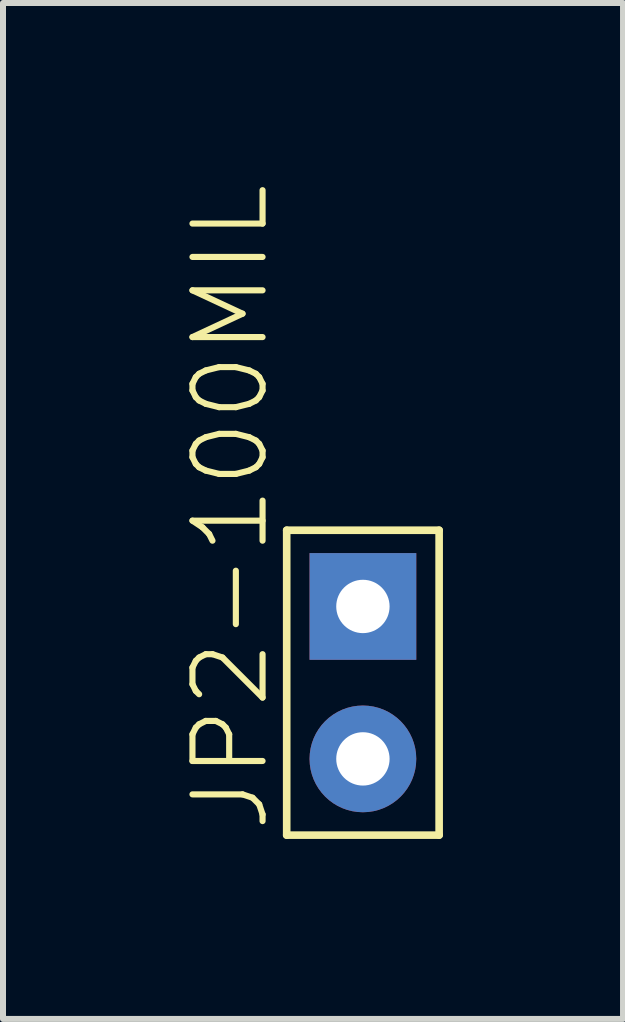
<source format=kicad_pcb>
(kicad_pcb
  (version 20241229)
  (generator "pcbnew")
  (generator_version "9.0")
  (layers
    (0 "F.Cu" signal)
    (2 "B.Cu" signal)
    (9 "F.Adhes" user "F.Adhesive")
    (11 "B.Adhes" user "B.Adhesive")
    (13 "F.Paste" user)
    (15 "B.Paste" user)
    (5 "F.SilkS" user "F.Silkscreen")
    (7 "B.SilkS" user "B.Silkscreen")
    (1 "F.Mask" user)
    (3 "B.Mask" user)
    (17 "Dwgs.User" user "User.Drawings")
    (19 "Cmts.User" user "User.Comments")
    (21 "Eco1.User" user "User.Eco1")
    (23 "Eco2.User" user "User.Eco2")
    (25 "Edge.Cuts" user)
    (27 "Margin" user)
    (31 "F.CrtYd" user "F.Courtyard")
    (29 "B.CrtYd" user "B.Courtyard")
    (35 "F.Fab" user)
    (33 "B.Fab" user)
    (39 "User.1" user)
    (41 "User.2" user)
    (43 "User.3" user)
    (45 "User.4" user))
  (footprint "JP2-100MIL"
    (layer "F.Cu")
    (at 2.997 7.055)
    (property "Reference" "JP2-100MIL" (at -1.524 3.81 90) (layer "F.SilkS") (effects (font (size 1.168 1.168) (thickness 0.102)) (justify left bottom)))
    (fp_line (start -1.27 -1.27) (end 1.27 -1.27) (stroke (width 0.127) (type solid)) (layer "F.SilkS"))
    (fp_line (start -1.27 3.81) (end -1.27 -1.27) (stroke (width 0.127) (type solid)) (layer "F.SilkS"))
    (fp_line (start 1.27 -1.27) (end 1.27 3.81) (stroke (width 0.127) (type solid)) (layer "F.SilkS"))
    (fp_line (start 1.27 3.81) (end -1.27 3.81) (stroke (width 0.127) (type solid)) (layer "F.SilkS"))
    (pad "1" thru_hole rect (at 0 0) (size 1.778 1.778) (drill 0.889) (layers "*.Cu" "*.Mask"))
    (pad "2" thru_hole circle (at 0 2.54) (size 1.778 1.778) (drill 0.889) (layers "*.Cu" "*.Mask")))
  (gr_rect
    (start -3 -3)
    (end 7.331 13.928)
    (stroke (width 0.1) (type default))
    (fill no)
    (layer "Edge.Cuts")))
</source>
